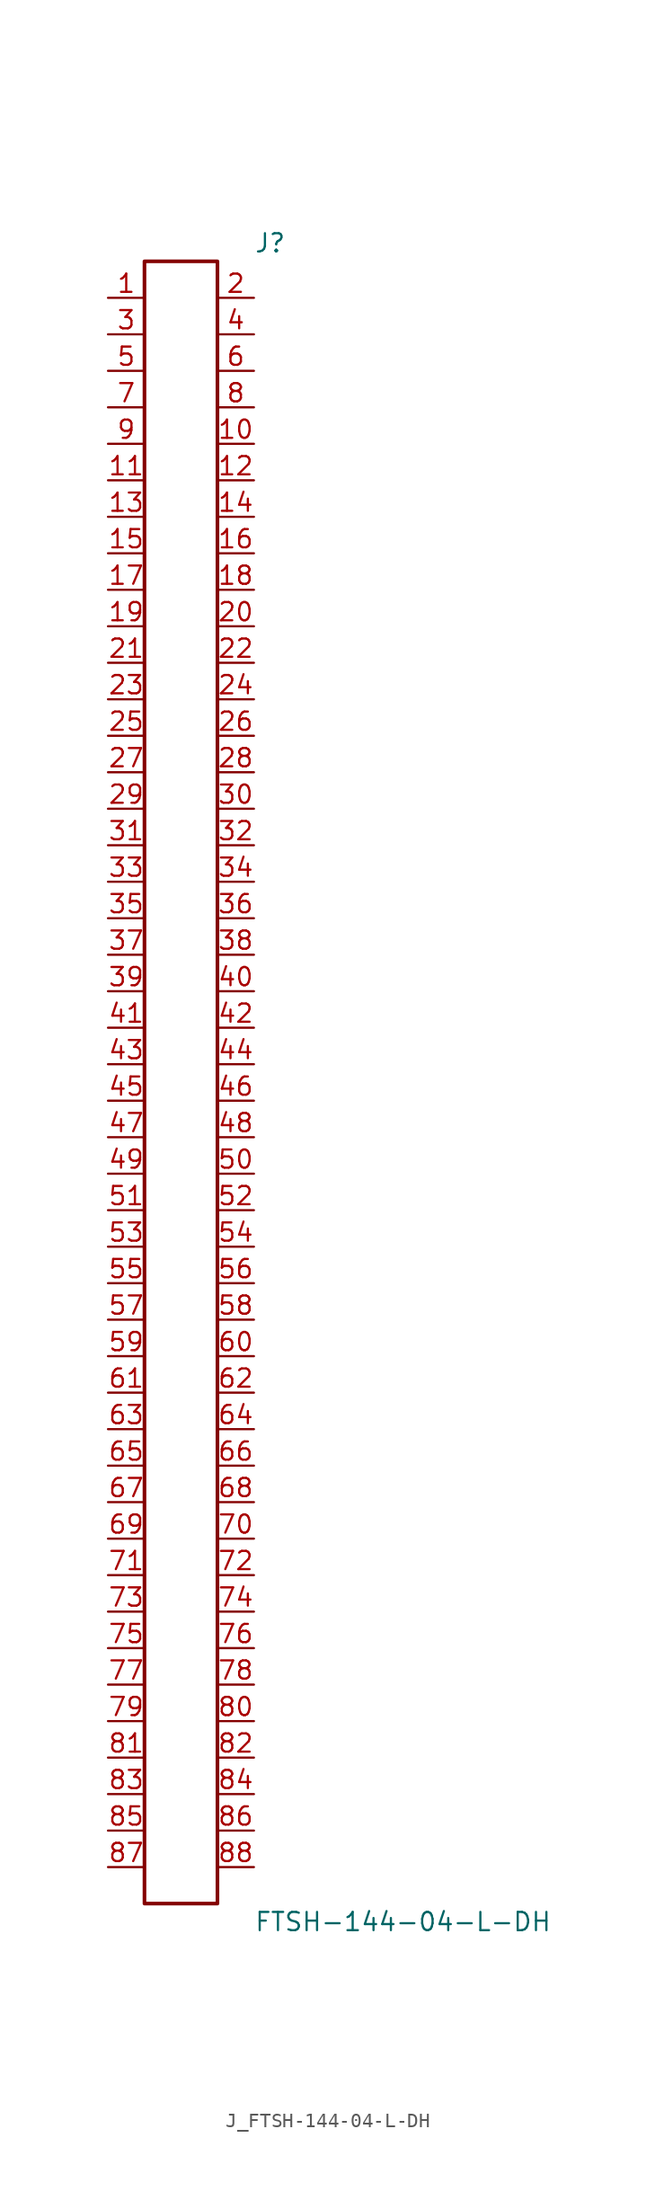
<source format=kicad_sym>
(kicad_symbol_lib
  (version 20231120)
  (generator kicad_symbol_editor)
  (generator_version 8.0)
  (symbol "J_FTSH-144-04-L-DH"
    (pin_names
      (offset 0.254))
    (property "Reference" "J"
      (at 5.08 58.42 0)
      (effects (font (size 1.27 1.27)) (justify left)))
    (property "Value" "FTSH-144-04-L-DH"
      (at 5.08 -58.42 0)
      (effects (font (size 1.27 1.27)) (justify left)))
    (symbol "J_FTSH-144-04-L-DH_0_0"
      (pin unspecified line (at -5.08 54.61 0) (length 2.54) (name "" (effects (font (size 1.27 1.27)))) (number "1" (effects (font (size 1.27 1.27)))))
      (pin unspecified line (at 5.08 54.61 180) (length 2.54) (name "" (effects (font (size 1.27 1.27)))) (number "2" (effects (font (size 1.27 1.27)))))
      (pin unspecified line (at -5.08 52.07 0) (length 2.54) (name "" (effects (font (size 1.27 1.27)))) (number "3" (effects (font (size 1.27 1.27)))))
      (pin unspecified line (at 5.08 52.07 180) (length 2.54) (name "" (effects (font (size 1.27 1.27)))) (number "4" (effects (font (size 1.27 1.27)))))
      (pin unspecified line (at -5.08 49.53 0) (length 2.54) (name "" (effects (font (size 1.27 1.27)))) (number "5" (effects (font (size 1.27 1.27)))))
      (pin unspecified line (at 5.08 49.53 180) (length 2.54) (name "" (effects (font (size 1.27 1.27)))) (number "6" (effects (font (size 1.27 1.27)))))
      (pin unspecified line (at -5.08 46.99 0) (length 2.54) (name "" (effects (font (size 1.27 1.27)))) (number "7" (effects (font (size 1.27 1.27)))))
      (pin unspecified line (at 5.08 46.99 180) (length 2.54) (name "" (effects (font (size 1.27 1.27)))) (number "8" (effects (font (size 1.27 1.27)))))
      (pin unspecified line (at -5.08 44.45 0) (length 2.54) (name "" (effects (font (size 1.27 1.27)))) (number "9" (effects (font (size 1.27 1.27)))))
      (pin unspecified line (at 5.08 44.45 180) (length 2.54) (name "" (effects (font (size 1.27 1.27)))) (number "10" (effects (font (size 1.27 1.27)))))
      (pin unspecified line (at -5.08 41.91 0) (length 2.54) (name "" (effects (font (size 1.27 1.27)))) (number "11" (effects (font (size 1.27 1.27)))))
      (pin unspecified line (at 5.08 41.91 180) (length 2.54) (name "" (effects (font (size 1.27 1.27)))) (number "12" (effects (font (size 1.27 1.27)))))
      (pin unspecified line (at -5.08 39.37 0) (length 2.54) (name "" (effects (font (size 1.27 1.27)))) (number "13" (effects (font (size 1.27 1.27)))))
      (pin unspecified line (at 5.08 39.37 180) (length 2.54) (name "" (effects (font (size 1.27 1.27)))) (number "14" (effects (font (size 1.27 1.27)))))
      (pin unspecified line (at -5.08 36.83 0) (length 2.54) (name "" (effects (font (size 1.27 1.27)))) (number "15" (effects (font (size 1.27 1.27)))))
      (pin unspecified line (at 5.08 36.83 180) (length 2.54) (name "" (effects (font (size 1.27 1.27)))) (number "16" (effects (font (size 1.27 1.27)))))
      (pin unspecified line (at -5.08 34.29 0) (length 2.54) (name "" (effects (font (size 1.27 1.27)))) (number "17" (effects (font (size 1.27 1.27)))))
      (pin unspecified line (at 5.08 34.29 180) (length 2.54) (name "" (effects (font (size 1.27 1.27)))) (number "18" (effects (font (size 1.27 1.27)))))
      (pin unspecified line (at -5.08 31.75 0) (length 2.54) (name "" (effects (font (size 1.27 1.27)))) (number "19" (effects (font (size 1.27 1.27)))))
      (pin unspecified line (at 5.08 31.75 180) (length 2.54) (name "" (effects (font (size 1.27 1.27)))) (number "20" (effects (font (size 1.27 1.27)))))
      (pin unspecified line (at -5.08 29.21 0) (length 2.54) (name "" (effects (font (size 1.27 1.27)))) (number "21" (effects (font (size 1.27 1.27)))))
      (pin unspecified line (at 5.08 29.21 180) (length 2.54) (name "" (effects (font (size 1.27 1.27)))) (number "22" (effects (font (size 1.27 1.27)))))
      (pin unspecified line (at -5.08 26.67 0) (length 2.54) (name "" (effects (font (size 1.27 1.27)))) (number "23" (effects (font (size 1.27 1.27)))))
      (pin unspecified line (at 5.08 26.67 180) (length 2.54) (name "" (effects (font (size 1.27 1.27)))) (number "24" (effects (font (size 1.27 1.27)))))
      (pin unspecified line (at -5.08 24.13 0) (length 2.54) (name "" (effects (font (size 1.27 1.27)))) (number "25" (effects (font (size 1.27 1.27)))))
      (pin unspecified line (at 5.08 24.13 180) (length 2.54) (name "" (effects (font (size 1.27 1.27)))) (number "26" (effects (font (size 1.27 1.27)))))
      (pin unspecified line (at -5.08 21.59 0) (length 2.54) (name "" (effects (font (size 1.27 1.27)))) (number "27" (effects (font (size 1.27 1.27)))))
      (pin unspecified line (at 5.08 21.59 180) (length 2.54) (name "" (effects (font (size 1.27 1.27)))) (number "28" (effects (font (size 1.27 1.27)))))
      (pin unspecified line (at -5.08 19.05 0) (length 2.54) (name "" (effects (font (size 1.27 1.27)))) (number "29" (effects (font (size 1.27 1.27)))))
      (pin unspecified line (at 5.08 19.05 180) (length 2.54) (name "" (effects (font (size 1.27 1.27)))) (number "30" (effects (font (size 1.27 1.27)))))
      (pin unspecified line (at -5.08 16.51 0) (length 2.54) (name "" (effects (font (size 1.27 1.27)))) (number "31" (effects (font (size 1.27 1.27)))))
      (pin unspecified line (at 5.08 16.51 180) (length 2.54) (name "" (effects (font (size 1.27 1.27)))) (number "32" (effects (font (size 1.27 1.27)))))
      (pin unspecified line (at -5.08 13.97 0) (length 2.54) (name "" (effects (font (size 1.27 1.27)))) (number "33" (effects (font (size 1.27 1.27)))))
      (pin unspecified line (at 5.08 13.97 180) (length 2.54) (name "" (effects (font (size 1.27 1.27)))) (number "34" (effects (font (size 1.27 1.27)))))
      (pin unspecified line (at -5.08 11.43 0) (length 2.54) (name "" (effects (font (size 1.27 1.27)))) (number "35" (effects (font (size 1.27 1.27)))))
      (pin unspecified line (at 5.08 11.43 180) (length 2.54) (name "" (effects (font (size 1.27 1.27)))) (number "36" (effects (font (size 1.27 1.27)))))
      (pin unspecified line (at -5.08 8.89 0) (length 2.54) (name "" (effects (font (size 1.27 1.27)))) (number "37" (effects (font (size 1.27 1.27)))))
      (pin unspecified line (at 5.08 8.89 180) (length 2.54) (name "" (effects (font (size 1.27 1.27)))) (number "38" (effects (font (size 1.27 1.27)))))
      (pin unspecified line (at -5.08 6.35 0) (length 2.54) (name "" (effects (font (size 1.27 1.27)))) (number "39" (effects (font (size 1.27 1.27)))))
      (pin unspecified line (at 5.08 6.35 180) (length 2.54) (name "" (effects (font (size 1.27 1.27)))) (number "40" (effects (font (size 1.27 1.27)))))
      (pin unspecified line (at -5.08 3.81 0) (length 2.54) (name "" (effects (font (size 1.27 1.27)))) (number "41" (effects (font (size 1.27 1.27)))))
      (pin unspecified line (at 5.08 3.81 180) (length 2.54) (name "" (effects (font (size 1.27 1.27)))) (number "42" (effects (font (size 1.27 1.27)))))
      (pin unspecified line (at -5.08 1.27 0) (length 2.54) (name "" (effects (font (size 1.27 1.27)))) (number "43" (effects (font (size 1.27 1.27)))))
      (pin unspecified line (at 5.08 1.27 180) (length 2.54) (name "" (effects (font (size 1.27 1.27)))) (number "44" (effects (font (size 1.27 1.27)))))
      (pin unspecified line (at -5.08 -1.27 0) (length 2.54) (name "" (effects (font (size 1.27 1.27)))) (number "45" (effects (font (size 1.27 1.27)))))
      (pin unspecified line (at 5.08 -1.27 180) (length 2.54) (name "" (effects (font (size 1.27 1.27)))) (number "46" (effects (font (size 1.27 1.27)))))
      (pin unspecified line (at -5.08 -3.81 0) (length 2.54) (name "" (effects (font (size 1.27 1.27)))) (number "47" (effects (font (size 1.27 1.27)))))
      (pin unspecified line (at 5.08 -3.81 180) (length 2.54) (name "" (effects (font (size 1.27 1.27)))) (number "48" (effects (font (size 1.27 1.27)))))
      (pin unspecified line (at -5.08 -6.35 0) (length 2.54) (name "" (effects (font (size 1.27 1.27)))) (number "49" (effects (font (size 1.27 1.27)))))
      (pin unspecified line (at 5.08 -6.35 180) (length 2.54) (name "" (effects (font (size 1.27 1.27)))) (number "50" (effects (font (size 1.27 1.27)))))
      (pin unspecified line (at -5.08 -8.89 0) (length 2.54) (name "" (effects (font (size 1.27 1.27)))) (number "51" (effects (font (size 1.27 1.27)))))
      (pin unspecified line (at 5.08 -8.89 180) (length 2.54) (name "" (effects (font (size 1.27 1.27)))) (number "52" (effects (font (size 1.27 1.27)))))
      (pin unspecified line (at -5.08 -11.43 0) (length 2.54) (name "" (effects (font (size 1.27 1.27)))) (number "53" (effects (font (size 1.27 1.27)))))
      (pin unspecified line (at 5.08 -11.43 180) (length 2.54) (name "" (effects (font (size 1.27 1.27)))) (number "54" (effects (font (size 1.27 1.27)))))
      (pin unspecified line (at -5.08 -13.97 0) (length 2.54) (name "" (effects (font (size 1.27 1.27)))) (number "55" (effects (font (size 1.27 1.27)))))
      (pin unspecified line (at 5.08 -13.97 180) (length 2.54) (name "" (effects (font (size 1.27 1.27)))) (number "56" (effects (font (size 1.27 1.27)))))
      (pin unspecified line (at -5.08 -16.51 0) (length 2.54) (name "" (effects (font (size 1.27 1.27)))) (number "57" (effects (font (size 1.27 1.27)))))
      (pin unspecified line (at 5.08 -16.51 180) (length 2.54) (name "" (effects (font (size 1.27 1.27)))) (number "58" (effects (font (size 1.27 1.27)))))
      (pin unspecified line (at -5.08 -19.05 0) (length 2.54) (name "" (effects (font (size 1.27 1.27)))) (number "59" (effects (font (size 1.27 1.27)))))
      (pin unspecified line (at 5.08 -19.05 180) (length 2.54) (name "" (effects (font (size 1.27 1.27)))) (number "60" (effects (font (size 1.27 1.27)))))
      (pin unspecified line (at -5.08 -21.59 0) (length 2.54) (name "" (effects (font (size 1.27 1.27)))) (number "61" (effects (font (size 1.27 1.27)))))
      (pin unspecified line (at 5.08 -21.59 180) (length 2.54) (name "" (effects (font (size 1.27 1.27)))) (number "62" (effects (font (size 1.27 1.27)))))
      (pin unspecified line (at -5.08 -24.13 0) (length 2.54) (name "" (effects (font (size 1.27 1.27)))) (number "63" (effects (font (size 1.27 1.27)))))
      (pin unspecified line (at 5.08 -24.13 180) (length 2.54) (name "" (effects (font (size 1.27 1.27)))) (number "64" (effects (font (size 1.27 1.27)))))
      (pin unspecified line (at -5.08 -26.67 0) (length 2.54) (name "" (effects (font (size 1.27 1.27)))) (number "65" (effects (font (size 1.27 1.27)))))
      (pin unspecified line (at 5.08 -26.67 180) (length 2.54) (name "" (effects (font (size 1.27 1.27)))) (number "66" (effects (font (size 1.27 1.27)))))
      (pin unspecified line (at -5.08 -29.21 0) (length 2.54) (name "" (effects (font (size 1.27 1.27)))) (number "67" (effects (font (size 1.27 1.27)))))
      (pin unspecified line (at 5.08 -29.21 180) (length 2.54) (name "" (effects (font (size 1.27 1.27)))) (number "68" (effects (font (size 1.27 1.27)))))
      (pin unspecified line (at -5.08 -31.75 0) (length 2.54) (name "" (effects (font (size 1.27 1.27)))) (number "69" (effects (font (size 1.27 1.27)))))
      (pin unspecified line (at 5.08 -31.75 180) (length 2.54) (name "" (effects (font (size 1.27 1.27)))) (number "70" (effects (font (size 1.27 1.27)))))
      (pin unspecified line (at -5.08 -34.29 0) (length 2.54) (name "" (effects (font (size 1.27 1.27)))) (number "71" (effects (font (size 1.27 1.27)))))
      (pin unspecified line (at 5.08 -34.29 180) (length 2.54) (name "" (effects (font (size 1.27 1.27)))) (number "72" (effects (font (size 1.27 1.27)))))
      (pin unspecified line (at -5.08 -36.83 0) (length 2.54) (name "" (effects (font (size 1.27 1.27)))) (number "73" (effects (font (size 1.27 1.27)))))
      (pin unspecified line (at 5.08 -36.83 180) (length 2.54) (name "" (effects (font (size 1.27 1.27)))) (number "74" (effects (font (size 1.27 1.27)))))
      (pin unspecified line (at -5.08 -39.37 0) (length 2.54) (name "" (effects (font (size 1.27 1.27)))) (number "75" (effects (font (size 1.27 1.27)))))
      (pin unspecified line (at 5.08 -39.37 180) (length 2.54) (name "" (effects (font (size 1.27 1.27)))) (number "76" (effects (font (size 1.27 1.27)))))
      (pin unspecified line (at -5.08 -41.91 0) (length 2.54) (name "" (effects (font (size 1.27 1.27)))) (number "77" (effects (font (size 1.27 1.27)))))
      (pin unspecified line (at 5.08 -41.91 180) (length 2.54) (name "" (effects (font (size 1.27 1.27)))) (number "78" (effects (font (size 1.27 1.27)))))
      (pin unspecified line (at -5.08 -44.45 0) (length 2.54) (name "" (effects (font (size 1.27 1.27)))) (number "79" (effects (font (size 1.27 1.27)))))
      (pin unspecified line (at 5.08 -44.45 180) (length 2.54) (name "" (effects (font (size 1.27 1.27)))) (number "80" (effects (font (size 1.27 1.27)))))
      (pin unspecified line (at -5.08 -46.99 0) (length 2.54) (name "" (effects (font (size 1.27 1.27)))) (number "81" (effects (font (size 1.27 1.27)))))
      (pin unspecified line (at 5.08 -46.99 180) (length 2.54) (name "" (effects (font (size 1.27 1.27)))) (number "82" (effects (font (size 1.27 1.27)))))
      (pin unspecified line (at -5.08 -49.53 0) (length 2.54) (name "" (effects (font (size 1.27 1.27)))) (number "83" (effects (font (size 1.27 1.27)))))
      (pin unspecified line (at 5.08 -49.53 180) (length 2.54) (name "" (effects (font (size 1.27 1.27)))) (number "84" (effects (font (size 1.27 1.27)))))
      (pin unspecified line (at -5.08 -52.07 0) (length 2.54) (name "" (effects (font (size 1.27 1.27)))) (number "85" (effects (font (size 1.27 1.27)))))
      (pin unspecified line (at 5.08 -52.07 180) (length 2.54) (name "" (effects (font (size 1.27 1.27)))) (number "86" (effects (font (size 1.27 1.27)))))
      (pin unspecified line (at -5.08 -54.61 0) (length 2.54) (name "" (effects (font (size 1.27 1.27)))) (number "87" (effects (font (size 1.27 1.27)))))
      (pin unspecified line (at 5.08 -54.61 180) (length 2.54) (name "" (effects (font (size 1.27 1.27)))) (number "88" (effects (font (size 1.27 1.27))))))
    (symbol "J_FTSH-144-04-L-DH_1_0"
      (rectangle (start -2.54 57.15) (end 2.54 -57.15) (stroke (width 0.254) (type solid)) (fill (type none))))))
</source>
